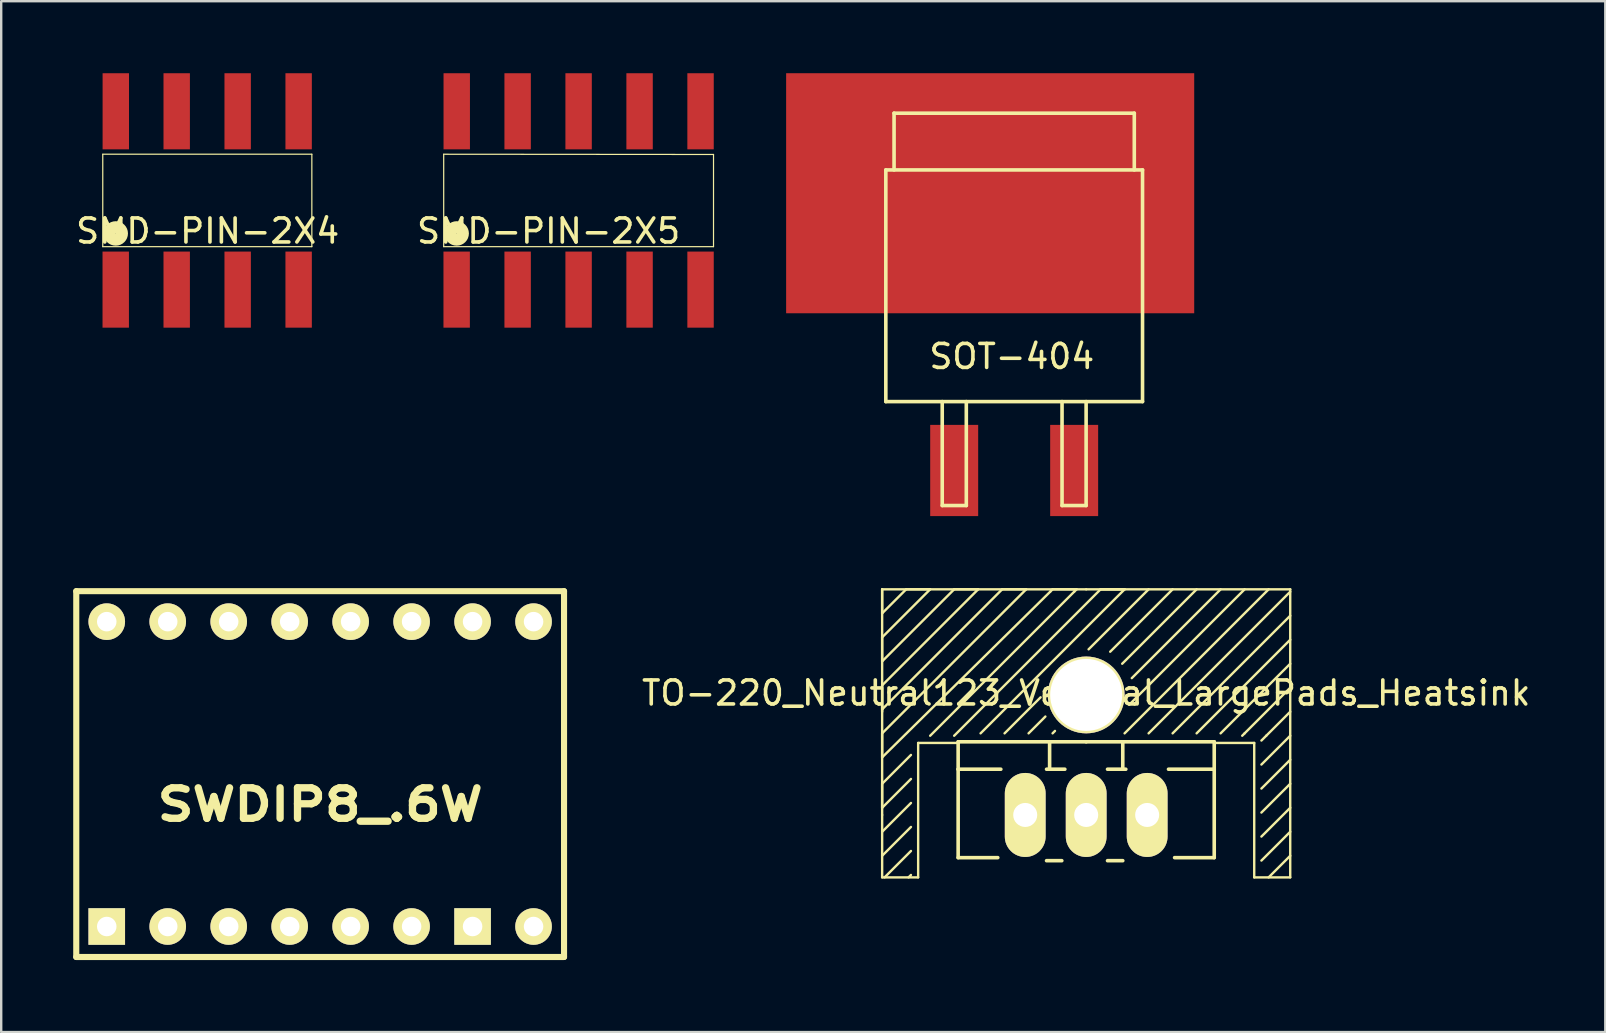
<source format=kicad_pcb>
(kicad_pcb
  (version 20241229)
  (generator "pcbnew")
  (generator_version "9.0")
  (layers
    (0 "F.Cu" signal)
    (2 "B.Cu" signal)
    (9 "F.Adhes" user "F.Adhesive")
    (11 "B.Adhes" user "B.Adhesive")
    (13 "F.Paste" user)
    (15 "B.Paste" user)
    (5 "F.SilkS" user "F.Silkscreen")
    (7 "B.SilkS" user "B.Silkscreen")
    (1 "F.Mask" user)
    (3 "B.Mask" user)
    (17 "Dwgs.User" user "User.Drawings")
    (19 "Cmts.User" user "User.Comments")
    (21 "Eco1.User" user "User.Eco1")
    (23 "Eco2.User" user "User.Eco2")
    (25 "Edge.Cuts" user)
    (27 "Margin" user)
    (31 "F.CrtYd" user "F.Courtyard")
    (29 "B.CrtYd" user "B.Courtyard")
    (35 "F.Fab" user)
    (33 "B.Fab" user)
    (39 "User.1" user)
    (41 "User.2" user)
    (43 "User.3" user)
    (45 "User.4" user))
  (footprint "SMD-PIN-2X4"
    (layer "F.Cu")
    (at 6.851 5.295)
    (property "Reference" "SMD-PIN-2X4" (at -1.25 1.28 0) (layer "F.SilkS") (effects (font (size 1 1) (thickness 0.15))))
    (attr through_hole)
    (fp_line (start -5.62 -1.92) (end -5.62 1.93) (stroke (width 0.05) (type solid)) (layer "F.SilkS"))
    (fp_line (start -5.62 -1.92) (end 3.09 -1.92) (stroke (width 0.05) (type solid)) (layer "F.SilkS"))
    (fp_line (start 3.09 -1.92) (end 3.09 1.93) (stroke (width 0.05) (type solid)) (layer "F.SilkS"))
    (fp_line (start 3.09 1.93) (end -5.62 1.93) (stroke (width 0.05) (type solid)) (layer "F.SilkS"))
    (fp_circle (center -5.08 1.38) (end -5.08 1.37) (stroke (width 0.5) (type solid)) (fill no) (layer "F.SilkS"))
    (pad "1" smd rect (at -5.08 3.72) (size 1.1 3.17) (layers "F.Cu" "F.Mask" "F.Paste"))
    (pad "2" smd rect (at -5.077 -3.709) (size 1.1 3.17) (layers "F.Cu" "F.Mask" "F.Paste"))
    (pad "3" smd rect (at -2.54 3.72) (size 1.1 3.17) (layers "F.Cu" "F.Mask" "F.Paste"))
    (pad "4" smd rect (at -2.54 -3.709) (size 1.1 3.17) (layers "F.Cu" "F.Mask" "F.Paste"))
    (pad "5" smd rect (at 0 3.72) (size 1.1 3.17) (layers "F.Cu" "F.Mask" "F.Paste"))
    (pad "6" smd rect (at 0 -3.709) (size 1.1 3.17) (layers "F.Cu" "F.Mask" "F.Paste"))
    (pad "7" smd rect (at 2.54 3.72) (size 1.1 3.17) (layers "F.Cu" "F.Mask" "F.Paste"))
    (pad "8" smd rect (at 2.54 -3.709) (size 1.1 3.17) (layers "F.Cu" "F.Mask" "F.Paste")))
  (footprint "SOT-404"
    (layer "F.Cu")
    (at 39.199 11)
    (property "Reference" "SOT-404" (at -0.099 0.8 0) (layer "F.SilkS") (effects (font (size 1 1) (thickness 0.15))))
    (attr smd)
    (fp_line (start -5.347 -6.972) (end 5.347 -6.972) (stroke (width 0.15) (type solid)) (layer "F.SilkS"))
    (fp_line (start -5.347 2.68) (end -5.347 -6.972) (stroke (width 0.15) (type solid)) (layer "F.SilkS"))
    (fp_line (start -5.004 -9.335) (end 5.004 -9.335) (stroke (width 0.15) (type solid)) (layer "F.SilkS"))
    (fp_line (start -5.004 -6.972) (end -5.004 -9.335) (stroke (width 0.15) (type solid)) (layer "F.SilkS"))
    (fp_line (start -2.997 2.68) (end -2.997 7.01) (stroke (width 0.15) (type solid)) (layer "F.SilkS"))
    (fp_line (start -2.997 7.01) (end -1.994 7.01) (stroke (width 0.15) (type solid)) (layer "F.SilkS"))
    (fp_line (start -1.994 7.01) (end -1.994 2.68) (stroke (width 0.15) (type solid)) (layer "F.SilkS"))
    (fp_line (start 1.994 2.68) (end 1.994 7.01) (stroke (width 0.15) (type solid)) (layer "F.SilkS"))
    (fp_line (start 1.994 7.01) (end 2.997 7.01) (stroke (width 0.15) (type solid)) (layer "F.SilkS"))
    (fp_line (start 2.997 7.01) (end 2.997 2.68) (stroke (width 0.15) (type solid)) (layer "F.SilkS"))
    (fp_line (start 5.004 -9.335) (end 5.004 -6.972) (stroke (width 0.15) (type solid)) (layer "F.SilkS"))
    (fp_line (start 5.347 -6.972) (end 5.347 2.68) (stroke (width 0.15) (type solid)) (layer "F.SilkS"))
    (fp_line (start 5.347 2.68) (end -5.347 2.68) (stroke (width 0.15) (type solid)) (layer "F.SilkS"))
    (pad "1" smd rect (at -2.499 5.55) (size 1.999 3.8) (layers "F.Cu" "F.Mask" "F.Paste"))
    (pad "2" smd rect (at -1 -6) (size 17 10) (layers "F.Cu" "F.Mask" "F.Paste"))
    (pad "3" smd rect (at 2.499 5.55) (size 1.999 3.8) (layers "F.Cu" "F.Mask" "F.Paste")))
  (footprint "SMD-PIN-2X5"
    (layer "F.Cu")
    (at 21.054 5.295)
    (property "Reference" "SMD-PIN-2X5" (at -1.25 1.28 0) (layer "F.SilkS") (effects (font (size 1 1) (thickness 0.15))))
    (attr through_hole)
    (fp_line (start -5.62 -1.92) (end -5.62 1.93) (stroke (width 0.05) (type solid)) (layer "F.SilkS"))
    (fp_line (start -5.62 1.93) (end 5.62 1.93) (stroke (width 0.05) (type solid)) (layer "F.SilkS"))
    (fp_line (start 5.62 -1.91) (end -5.62 -1.92) (stroke (width 0.05) (type solid)) (layer "F.SilkS"))
    (fp_line (start 5.62 1.93) (end 5.62 -1.91) (stroke (width 0.05) (type solid)) (layer "F.SilkS"))
    (fp_circle (center -5.08 1.38) (end -5.08 1.37) (stroke (width 0.5) (type solid)) (fill no) (layer "F.SilkS"))
    (pad "1" smd rect (at -5.08 3.72) (size 1.1 3.17) (layers "F.Cu" "F.Mask" "F.Paste"))
    (pad "2" smd rect (at -5.077 -3.709) (size 1.1 3.17) (layers "F.Cu" "F.Mask" "F.Paste"))
    (pad "3" smd rect (at -2.54 3.72) (size 1.1 3.17) (layers "F.Cu" "F.Mask" "F.Paste"))
    (pad "4" smd rect (at -2.54 -3.709) (size 1.1 3.17) (layers "F.Cu" "F.Mask" "F.Paste"))
    (pad "5" smd rect (at 0 3.72) (size 1.1 3.17) (layers "F.Cu" "F.Mask" "F.Paste"))
    (pad "6" smd rect (at 0 -3.709) (size 1.1 3.17) (layers "F.Cu" "F.Mask" "F.Paste"))
    (pad "7" smd rect (at 2.54 3.72) (size 1.1 3.17) (layers "F.Cu" "F.Mask" "F.Paste"))
    (pad "8" smd rect (at 2.54 -3.709) (size 1.1 3.17) (layers "F.Cu" "F.Mask" "F.Paste"))
    (pad "9" smd rect (at 5.08 3.72) (size 1.1 3.17) (layers "F.Cu" "F.Mask" "F.Paste"))
    (pad "10" smd rect (at 5.08 -3.709) (size 1.1 3.17) (layers "F.Cu" "F.Mask" "F.Paste")))
  (footprint "SWDIP8_.6W"
    (layer "F.Cu")
    (at 10.287 29.197)
    (property "Reference" "SWDIP8_.6W" (at 0 1.27 0) (layer "F.SilkS") (effects (font (size 1.27 1.524) (thickness 0.305))))
    (attr through_hole)
    (fp_line (start -10.16 -7.62) (end 10.16 -7.62) (stroke (width 0.254) (type solid)) (layer "F.SilkS"))
    (fp_line (start -10.16 7.62) (end -10.16 -7.62) (stroke (width 0.254) (type solid)) (layer "F.SilkS"))
    (fp_line (start 10.16 -7.62) (end 10.16 7.62) (stroke (width 0.254) (type solid)) (layer "F.SilkS"))
    (fp_line (start 10.16 7.62) (end -10.16 7.62) (stroke (width 0.254) (type solid)) (layer "F.SilkS"))
    (pad "1" thru_hole rect (at -8.89 6.35) (size 1.524 1.524) (drill 0.813) (layers "*.Cu" "*.Mask" "F.SilkS"))
    (pad "2" thru_hole circle (at -6.35 6.35) (size 1.524 1.524) (drill 0.813) (layers "*.Cu" "*.Mask" "F.SilkS"))
    (pad "3" thru_hole circle (at -3.81 6.35) (size 1.524 1.524) (drill 0.813) (layers "*.Cu" "*.Mask" "F.SilkS"))
    (pad "4" thru_hole circle (at -1.27 6.35) (size 1.524 1.524) (drill 0.813) (layers "*.Cu" "*.Mask" "F.SilkS"))
    (pad "5" thru_hole circle (at 1.27 6.35) (size 1.524 1.524) (drill 0.813) (layers "*.Cu" "*.Mask" "F.SilkS"))
    (pad "6" thru_hole circle (at 3.81 6.35) (size 1.524 1.524) (drill 0.813) (layers "*.Cu" "*.Mask" "F.SilkS"))
    (pad "7" thru_hole rect (at 6.35 6.35) (size 1.524 1.524) (drill 0.813) (layers "*.Cu" "*.Mask" "F.SilkS"))
    (pad "8" thru_hole circle (at 8.89 6.35) (size 1.524 1.524) (drill 0.813) (layers "*.Cu" "*.Mask" "F.SilkS"))
    (pad "9" thru_hole circle (at 8.89 -6.35) (size 1.524 1.524) (drill 0.813) (layers "*.Cu" "*.Mask" "F.SilkS"))
    (pad "10" thru_hole circle (at 6.35 -6.35) (size 1.524 1.524) (drill 0.813) (layers "*.Cu" "*.Mask" "F.SilkS"))
    (pad "11" thru_hole circle (at 3.81 -6.35) (size 1.524 1.524) (drill 0.813) (layers "*.Cu" "*.Mask" "F.SilkS"))
    (pad "12" thru_hole circle (at 1.27 -6.35) (size 1.524 1.524) (drill 0.813) (layers "*.Cu" "*.Mask" "F.SilkS"))
    (pad "13" thru_hole circle (at -1.27 -6.35) (size 1.524 1.524) (drill 0.813) (layers "*.Cu" "*.Mask" "F.SilkS"))
    (pad "14" thru_hole circle (at -3.81 -6.35) (size 1.524 1.524) (drill 0.813) (layers "*.Cu" "*.Mask" "F.SilkS"))
    (pad "15" thru_hole circle (at -6.35 -6.35) (size 1.524 1.524) (drill 0.813) (layers "*.Cu" "*.Mask" "F.SilkS"))
    (pad "16" thru_hole circle (at -8.89 -6.35) (size 1.524 1.524) (drill 0.813) (layers "*.Cu" "*.Mask" "F.SilkS")))
  (footprint "TO-220_Neutral123_Vertical_LargePads_Heatsink"
    (layer "F.Cu")
    (at 42.199 30.9)
    (property "Reference" "TO-220_Neutral123_Vertical_LargePads_Heatsink" (at 0 -5.08 0) (layer "F.SilkS") (effects (font (size 1 1) (thickness 0.15))))
    (attr through_hole)
    (fp_line (start -8.5 -9.4) (end -8.5 -8.4) (stroke (width 0.1) (type solid)) (layer "F.SilkS"))
    (fp_line (start -8.5 -9.4) (end -8.5 0) (stroke (width 0.1) (type solid)) (layer "F.SilkS"))
    (fp_line (start -8.5 -8.4) (end -7.5 -9.4) (stroke (width 0.1) (type solid)) (layer "F.SilkS"))
    (fp_line (start -8.5 -7.4) (end -8.5 -6.4) (stroke (width 0.1) (type solid)) (layer "F.SilkS"))
    (fp_line (start -8.5 -6.4) (end -5.5 -9.4) (stroke (width 0.1) (type solid)) (layer "F.SilkS"))
    (fp_line (start -8.5 -5.4) (end -8.5 -4.4) (stroke (width 0.1) (type solid)) (layer "F.SilkS"))
    (fp_line (start -8.5 -5.3) (end -8.5 -4.3) (stroke (width 0.1) (type solid)) (layer "F.SilkS"))
    (fp_line (start -8.5 -4.4) (end -3.5 -9.4) (stroke (width 0.1) (type solid)) (layer "F.SilkS"))
    (fp_line (start -8.5 -3.4) (end -8.5 -2.4) (stroke (width 0.1) (type solid)) (layer "F.SilkS"))
    (fp_line (start -8.5 -2.4) (end -1.5 -9.3) (stroke (width 0.1) (type solid)) (layer "F.SilkS"))
    (fp_line (start -8.5 -1.3) (end -8.5 -0.3) (stroke (width 0.1) (type solid)) (layer "F.SilkS"))
    (fp_line (start -8.5 -0.3) (end -7.3 -1.5) (stroke (width 0.1) (type solid)) (layer "F.SilkS"))
    (fp_line (start -8.5 0) (end -8.5 2.6) (stroke (width 0.1) (type solid)) (layer "F.SilkS"))
    (fp_line (start -8.5 1.7) (end -7.3 0.5) (stroke (width 0.1) (type solid)) (layer "F.SilkS"))
    (fp_line (start -8.5 2.6) (end -7 2.6) (stroke (width 0.1) (type solid)) (layer "F.SilkS"))
    (fp_line (start -8.4 2.6) (end -7.3 1.5) (stroke (width 0.1) (type solid)) (layer "F.SilkS"))
    (fp_line (start -7.5 -9.4) (end -6.5 -9.4) (stroke (width 0.1) (type solid)) (layer "F.SilkS"))
    (fp_line (start -7.4 2.6) (end -7.3 2.5) (stroke (width 0.1) (type solid)) (layer "F.SilkS"))
    (fp_line (start -7.3 -2.5) (end -8.5 -1.3) (stroke (width 0.1) (type solid)) (layer "F.SilkS"))
    (fp_line (start -7.3 -0.5) (end -8.5 0.7) (stroke (width 0.1) (type solid)) (layer "F.SilkS"))
    (fp_line (start -7 -3) (end -5.3 -3) (stroke (width 0.1) (type solid)) (layer "F.SilkS"))
    (fp_line (start -7 2.6) (end -7 -3) (stroke (width 0.1) (type solid)) (layer "F.SilkS"))
    (fp_line (start -6.5 -9.4) (end -8.5 -7.4) (stroke (width 0.1) (type solid)) (layer "F.SilkS"))
    (fp_line (start -5.5 -9.4) (end -4.5 -9.4) (stroke (width 0.1) (type solid)) (layer "F.SilkS"))
    (fp_line (start -5.5 -3.3) (end 0.6 -9.4) (stroke (width 0.1) (type solid)) (layer "F.SilkS"))
    (fp_line (start -5.334 -1.905) (end -5.334 -3.048) (stroke (width 0.15) (type solid)) (layer "F.SilkS"))
    (fp_line (start -5.334 -1.905) (end -3.556 -1.905) (stroke (width 0.15) (type solid)) (layer "F.SilkS"))
    (fp_line (start -5.334 1.778) (end -5.334 -1.905) (stroke (width 0.15) (type solid)) (layer "F.SilkS"))
    (fp_line (start -5.334 1.778) (end -3.683 1.778) (stroke (width 0.15) (type solid)) (layer "F.SilkS"))
    (fp_line (start -4.5 -9.4) (end -8.5 -5.4) (stroke (width 0.1) (type solid)) (layer "F.SilkS"))
    (fp_line (start -3.5 -9.4) (end -2.5 -9.4) (stroke (width 0.1) (type solid)) (layer "F.SilkS"))
    (fp_line (start -3.4 -3.4) (end -1.9 -4.9) (stroke (width 0.1) (type solid)) (layer "F.SilkS"))
    (fp_line (start -2.5 -9.4) (end -8.5 -3.4) (stroke (width 0.1) (type solid)) (layer "F.SilkS"))
    (fp_line (start -1.7 -4.1) (end -2.4 -3.4) (stroke (width 0.1) (type solid)) (layer "F.SilkS"))
    (fp_line (start -1.524 -3.048) (end -1.524 -1.905) (stroke (width 0.15) (type solid)) (layer "F.SilkS"))
    (fp_line (start -1.524 -1.905) (end -1.651 -1.905) (stroke (width 0.15) (type solid)) (layer "F.SilkS"))
    (fp_line (start -1.524 -1.905) (end -0.889 -1.905) (stroke (width 0.15) (type solid)) (layer "F.SilkS"))
    (fp_line (start -1.5 -9.3) (end -1.4 -9.4) (stroke (width 0.1) (type solid)) (layer "F.SilkS"))
    (fp_line (start -1.4 -9.4) (end -0.4 -9.4) (stroke (width 0.1) (type solid)) (layer "F.SilkS"))
    (fp_line (start -1.4 -3.4) (end -1.3 -3.5) (stroke (width 0.1) (type solid)) (layer "F.SilkS"))
    (fp_line (start -1.016 1.905) (end -1.651 1.905) (stroke (width 0.15) (type solid)) (layer "F.SilkS"))
    (fp_line (start -0.5 -9.3) (end -6.5 -3.3) (stroke (width 0.1) (type solid)) (layer "F.SilkS"))
    (fp_line (start -0.4 -9.4) (end -0.5 -9.3) (stroke (width 0.1) (type solid)) (layer "F.SilkS"))
    (fp_line (start 0 -9.4) (end -8.5 -9.4) (stroke (width 0.1) (type solid)) (layer "F.SilkS"))
    (fp_line (start 0 -3.048) (end -5.334 -3.048) (stroke (width 0.15) (type solid)) (layer "F.SilkS"))
    (fp_line (start 0 -3.048) (end 5.334 -3.048) (stroke (width 0.15) (type solid)) (layer "F.SilkS"))
    (fp_line (start 0.1 -6.9) (end 2.6 -9.4) (stroke (width 0.1) (type solid)) (layer "F.SilkS"))
    (fp_line (start 0.6 -9.4) (end 1.6 -9.4) (stroke (width 0.1) (type solid)) (layer "F.SilkS"))
    (fp_line (start 0.6 -9.4) (end 1.6 -9.4) (stroke (width 0.1) (type solid)) (layer "F.SilkS"))
    (fp_line (start 0.889 -1.905) (end 1.651 -1.905) (stroke (width 0.15) (type solid)) (layer "F.SilkS"))
    (fp_line (start 1.5 -6.3) (end 4.6 -9.4) (stroke (width 0.1) (type solid)) (layer "F.SilkS"))
    (fp_line (start 1.524 -3.048) (end 1.524 -1.905) (stroke (width 0.15) (type solid)) (layer "F.SilkS"))
    (fp_line (start 1.524 1.905) (end 0.889 1.905) (stroke (width 0.15) (type solid)) (layer "F.SilkS"))
    (fp_line (start 1.6 -9.4) (end -4.4 -3.4) (stroke (width 0.1) (type solid)) (layer "F.SilkS"))
    (fp_line (start 3.6 -9.4) (end 1 -6.8) (stroke (width 0.1) (type solid)) (layer "F.SilkS"))
    (fp_line (start 3.6 -3.4) (end 8.5 -8.3) (stroke (width 0.1) (type solid)) (layer "F.SilkS"))
    (fp_line (start 4.6 -3.4) (end 8.5 -7.3) (stroke (width 0.1) (type solid)) (layer "F.SilkS"))
    (fp_line (start 5.334 -3.048) (end 5.334 -1.905) (stroke (width 0.15) (type solid)) (layer "F.SilkS"))
    (fp_line (start 5.334 -1.905) (end 3.429 -1.905) (stroke (width 0.15) (type solid)) (layer "F.SilkS"))
    (fp_line (start 5.334 -1.905) (end 5.334 1.778) (stroke (width 0.15) (type solid)) (layer "F.SilkS"))
    (fp_line (start 5.334 1.778) (end 3.683 1.778) (stroke (width 0.15) (type solid)) (layer "F.SilkS"))
    (fp_line (start 5.4 -3) (end 7 -3) (stroke (width 0.1) (type solid)) (layer "F.SilkS"))
    (fp_line (start 5.6 -9.4) (end 1.9 -5.7) (stroke (width 0.1) (type solid)) (layer "F.SilkS"))
    (fp_line (start 5.6 -3.4) (end 8.5 -6.3) (stroke (width 0.1) (type solid)) (layer "F.SilkS"))
    (fp_line (start 6.6 -9.4) (end 1.8 -4.6) (stroke (width 0.1) (type solid)) (layer "F.SilkS"))
    (fp_line (start 6.6 -3.4) (end 6.5 -3.3) (stroke (width 0.1) (type solid)) (layer "F.SilkS"))
    (fp_line (start 6.6 -3.4) (end 8.5 -5.3) (stroke (width 0.1) (type solid)) (layer "F.SilkS"))
    (fp_line (start 7 -3) (end 7 2.6) (stroke (width 0.1) (type solid)) (layer "F.SilkS"))
    (fp_line (start 7 2.6) (end 8.5 2.6) (stroke (width 0.1) (type solid)) (layer "F.SilkS"))
    (fp_line (start 7.3 -0.1) (end 8.5 -1.3) (stroke (width 0.1) (type solid)) (layer "F.SilkS"))
    (fp_line (start 7.3 1.9) (end 8.5 0.7) (stroke (width 0.1) (type solid)) (layer "F.SilkS"))
    (fp_line (start 7.5 -3.3) (end 7.3 -3.1) (stroke (width 0.1) (type solid)) (layer "F.SilkS"))
    (fp_line (start 7.5 -3.3) (end 8.5 -4.3) (stroke (width 0.1) (type solid)) (layer "F.SilkS"))
    (fp_line (start 7.6 -9.4) (end 1.6 -3.4) (stroke (width 0.1) (type solid)) (layer "F.SilkS"))
    (fp_line (start 8.5 -9.4) (end 0 -9.4) (stroke (width 0.1) (type solid)) (layer "F.SilkS"))
    (fp_line (start 8.5 -9.3) (end 2.6 -3.4) (stroke (width 0.1) (type solid)) (layer "F.SilkS"))
    (fp_line (start 8.5 -3.3) (end 7.3 -2.1) (stroke (width 0.1) (type solid)) (layer "F.SilkS"))
    (fp_line (start 8.5 -2.3) (end 7.3 -1.1) (stroke (width 0.1) (type solid)) (layer "F.SilkS"))
    (fp_line (start 8.5 -0.3) (end 7.3 0.9) (stroke (width 0.1) (type solid)) (layer "F.SilkS"))
    (fp_line (start 8.5 1.7) (end 7.6 2.6) (stroke (width 0.1) (type solid)) (layer "F.SilkS"))
    (fp_line (start 8.5 2.6) (end 8.5 -9.4) (stroke (width 0.1) (type solid)) (layer "F.SilkS"))
    (pad "" np_thru_hole circle (at 0 -5) (size 3.2 3.2) (drill 3) (layers "*.Cu" "*.Mask" "F.SilkS"))
    (pad "1" thru_hole oval (at -2.54 0 90) (size 3.5 1.699) (drill 1.001) (layers "*.Cu" "*.Mask" "F.SilkS"))
    (pad "2" thru_hole oval (at 0 0 90) (size 3.5 1.699) (drill 1.001) (layers "*.Cu" "*.Mask" "F.SilkS"))
    (pad "3" thru_hole oval (at 2.54 0 90) (size 3.5 1.699) (drill 1.001) (layers "*.Cu" "*.Mask" "F.SilkS")))
  (gr_rect
    (start -3 -3)
    (end 63.824 39.944)
    (stroke (width 0.1) (type default))
    (fill no)
    (layer "Edge.Cuts")))
</source>
